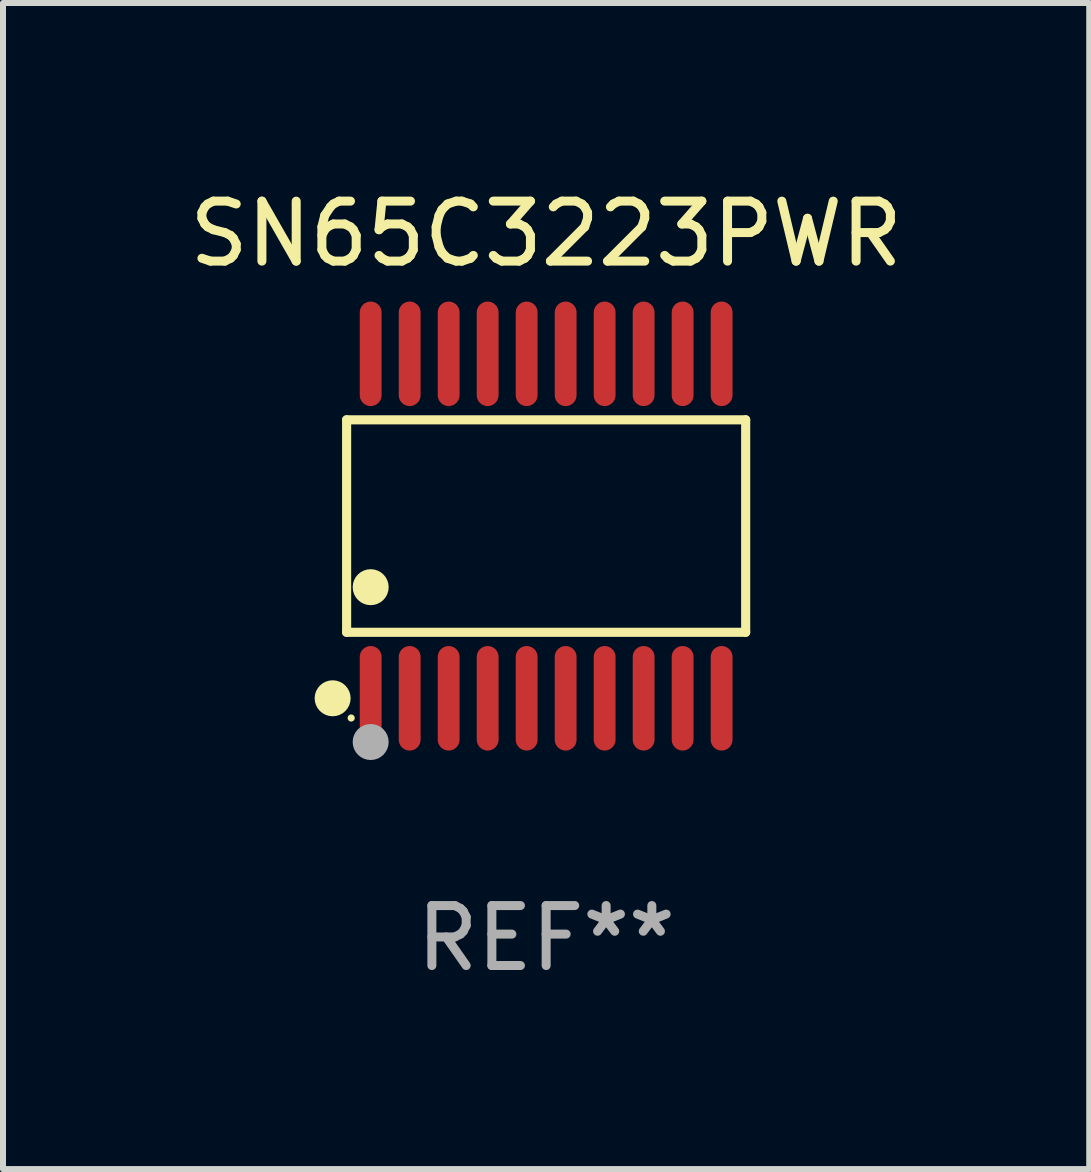
<source format=kicad_pcb>
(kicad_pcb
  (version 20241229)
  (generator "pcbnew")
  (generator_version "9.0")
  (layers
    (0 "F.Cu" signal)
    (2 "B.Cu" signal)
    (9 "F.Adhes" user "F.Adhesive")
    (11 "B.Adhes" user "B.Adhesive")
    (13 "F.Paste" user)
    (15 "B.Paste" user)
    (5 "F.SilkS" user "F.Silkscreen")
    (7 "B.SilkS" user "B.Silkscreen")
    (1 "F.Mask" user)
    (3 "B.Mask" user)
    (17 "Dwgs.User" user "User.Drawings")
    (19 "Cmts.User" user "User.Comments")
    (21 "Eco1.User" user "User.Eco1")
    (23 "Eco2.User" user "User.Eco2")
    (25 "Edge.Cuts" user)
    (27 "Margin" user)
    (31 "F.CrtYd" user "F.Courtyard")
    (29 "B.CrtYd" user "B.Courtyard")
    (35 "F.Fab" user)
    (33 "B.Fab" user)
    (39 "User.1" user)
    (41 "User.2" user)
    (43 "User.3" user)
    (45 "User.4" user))
  (footprint "SN65C3223PWR"
    (layer "F.Cu")
    (at 6.054 5.719)
    (property "Reference" "SN65C3223PWR" (at 0 -4.871 0) (layer "F.SilkS") (effects (font (size 1 1) (thickness 0.15))))
    (attr through_hole)
    (fp_line (start -3.326 -1.771) (end 3.326 -1.771) (stroke (width 0.152) (type solid)) (layer "F.SilkS"))
    (fp_line (start -3.326 1.771) (end -3.326 -1.771) (stroke (width 0.152) (type solid)) (layer "F.SilkS"))
    (fp_line (start 3.326 -1.771) (end 3.326 1.771) (stroke (width 0.152) (type solid)) (layer "F.SilkS"))
    (fp_line (start 3.326 1.771) (end -3.326 1.771) (stroke (width 0.152) (type solid)) (layer "F.SilkS"))
    (fp_circle (center -3.559 2.871) (end -3.409 2.871) (stroke (width 0.3) (type solid)) (fill no) (layer "F.SilkS"))
    (fp_circle (center -3.25 3.2) (end -3.22 3.2) (stroke (width 0.06) (type solid)) (fill no) (layer "F.SilkS"))
    (fp_circle (center -2.925 1.019) (end -2.775 1.019) (stroke (width 0.3) (type solid)) (fill no) (layer "F.SilkS"))
    (fp_circle (center -2.925 3.6) (end -2.775 3.6) (stroke (width 0.3) (type solid)) (fill no) (layer "F.Fab"))
    (fp_text user "REF**" (at 0 6.871 0) (layer "F.Fab") (effects (font (size 1 1) (thickness 0.15))))
    (pad "1" smd oval (at -2.925 2.871) (size 0.364 1.742) (layers "F.Cu" "F.Mask" "F.Paste"))
    (pad "2" smd oval (at -2.275 2.871) (size 0.364 1.742) (layers "F.Cu" "F.Mask" "F.Paste"))
    (pad "3" smd oval (at -1.625 2.871) (size 0.364 1.742) (layers "F.Cu" "F.Mask" "F.Paste"))
    (pad "4" smd oval (at -0.975 2.871) (size 0.364 1.742) (layers "F.Cu" "F.Mask" "F.Paste"))
    (pad "5" smd oval (at -0.325 2.871) (size 0.364 1.742) (layers "F.Cu" "F.Mask" "F.Paste"))
    (pad "6" smd oval (at 0.325 2.871) (size 0.364 1.742) (layers "F.Cu" "F.Mask" "F.Paste"))
    (pad "7" smd oval (at 0.975 2.871) (size 0.364 1.742) (layers "F.Cu" "F.Mask" "F.Paste"))
    (pad "8" smd oval (at 1.625 2.871) (size 0.364 1.742) (layers "F.Cu" "F.Mask" "F.Paste"))
    (pad "9" smd oval (at 2.275 2.871) (size 0.364 1.742) (layers "F.Cu" "F.Mask" "F.Paste"))
    (pad "10" smd oval (at 2.925 2.871) (size 0.364 1.742) (layers "F.Cu" "F.Mask" "F.Paste"))
    (pad "11" smd oval (at 2.925 -2.871) (size 0.364 1.742) (layers "F.Cu" "F.Mask" "F.Paste"))
    (pad "12" smd oval (at 2.275 -2.871) (size 0.364 1.742) (layers "F.Cu" "F.Mask" "F.Paste"))
    (pad "13" smd oval (at 1.625 -2.871) (size 0.364 1.742) (layers "F.Cu" "F.Mask" "F.Paste"))
    (pad "14" smd oval (at 0.975 -2.871) (size 0.364 1.742) (layers "F.Cu" "F.Mask" "F.Paste"))
    (pad "15" smd oval (at 0.325 -2.871) (size 0.364 1.742) (layers "F.Cu" "F.Mask" "F.Paste"))
    (pad "16" smd oval (at -0.325 -2.871) (size 0.364 1.742) (layers "F.Cu" "F.Mask" "F.Paste"))
    (pad "17" smd oval (at -0.975 -2.871) (size 0.364 1.742) (layers "F.Cu" "F.Mask" "F.Paste"))
    (pad "18" smd oval (at -1.625 -2.871) (size 0.364 1.742) (layers "F.Cu" "F.Mask" "F.Paste"))
    (pad "19" smd oval (at -2.275 -2.871) (size 0.364 1.742) (layers "F.Cu" "F.Mask" "F.Paste"))
    (pad "20" smd oval (at -2.925 -2.871) (size 0.364 1.742) (layers "F.Cu" "F.Mask" "F.Paste")))
  (gr_rect
    (start -3 -3)
    (end 15.107 16.438)
    (stroke (width 0.1) (type default))
    (fill no)
    (layer "Edge.Cuts")))
</source>
